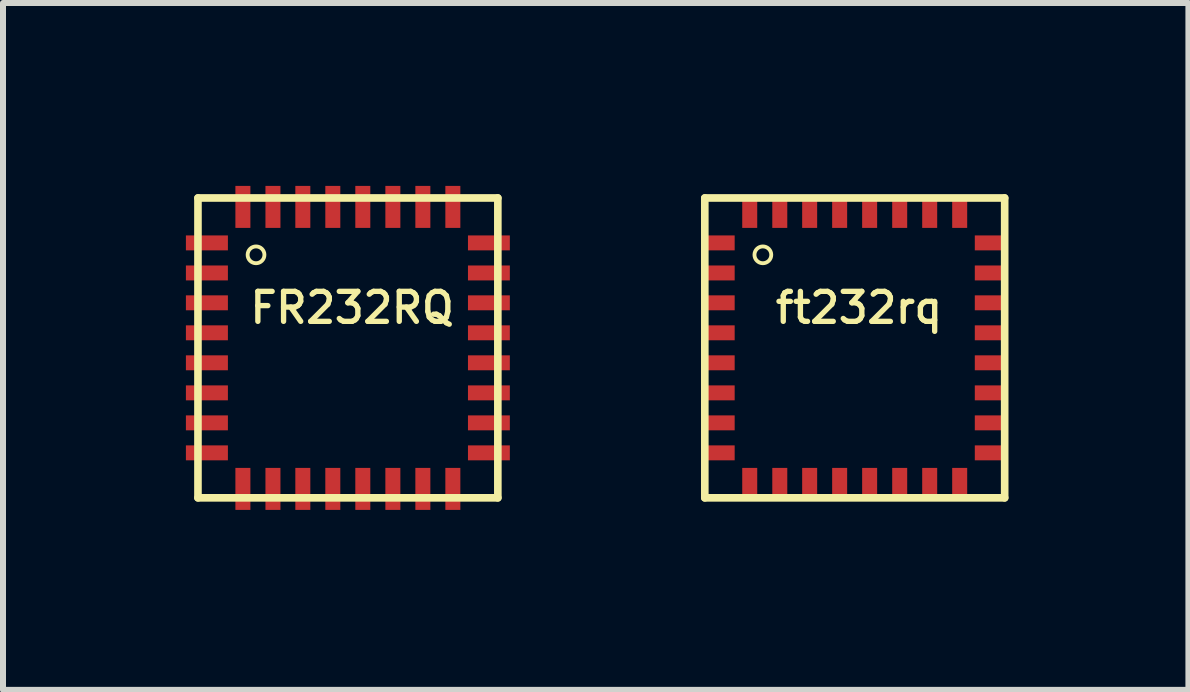
<source format=kicad_pcb>
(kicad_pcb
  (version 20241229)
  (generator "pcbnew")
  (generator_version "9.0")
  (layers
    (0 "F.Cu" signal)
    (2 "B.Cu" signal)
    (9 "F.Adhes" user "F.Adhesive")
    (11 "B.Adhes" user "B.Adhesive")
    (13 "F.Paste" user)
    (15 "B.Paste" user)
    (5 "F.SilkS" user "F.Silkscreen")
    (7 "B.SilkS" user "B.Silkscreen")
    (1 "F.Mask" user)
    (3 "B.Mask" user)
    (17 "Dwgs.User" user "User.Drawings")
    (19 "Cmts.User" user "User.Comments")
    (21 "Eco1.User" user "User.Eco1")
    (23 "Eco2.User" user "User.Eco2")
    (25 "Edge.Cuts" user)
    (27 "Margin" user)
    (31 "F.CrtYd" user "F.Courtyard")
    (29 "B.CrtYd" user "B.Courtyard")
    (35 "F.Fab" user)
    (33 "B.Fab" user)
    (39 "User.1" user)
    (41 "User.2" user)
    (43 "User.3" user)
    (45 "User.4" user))
  (footprint "FR232RQ"
    (layer "F.Cu")
    (at 0.25 0.25)
    (property "Reference" "FR232RQ" (at 2.57 1.83 0) (layer "F.SilkS") (effects (font (size 0.5 0.5) (thickness 0.089))))
    (attr smd)
    (fp_line (start 0 0) (end 4.999 0) (stroke (width 0.127) (type solid)) (layer "F.SilkS"))
    (fp_line (start 0 4.999) (end 0 0) (stroke (width 0.127) (type solid)) (layer "F.SilkS"))
    (fp_line (start 4.999 0) (end 4.999 4.999) (stroke (width 0.127) (type solid)) (layer "F.SilkS"))
    (fp_line (start 4.999 4.999) (end 0 4.999) (stroke (width 0.127) (type solid)) (layer "F.SilkS"))
    (fp_circle (center 0.968 0.948) (end 1.067 1.047) (stroke (width 0.064) (type solid)) (fill no) (layer "F.SilkS"))
    (pad "1" smd rect (at 0.149 0.749) (size 0.7 0.249) (layers "F.Cu" "F.Mask" "F.Paste"))
    (pad "2" smd rect (at 0.149 1.25) (size 0.7 0.249) (layers "F.Cu" "F.Mask" "F.Paste"))
    (pad "3" smd rect (at 0.149 1.748) (size 0.7 0.249) (layers "F.Cu" "F.Mask" "F.Paste"))
    (pad "4" smd rect (at 0.149 2.248) (size 0.7 0.249) (layers "F.Cu" "F.Mask" "F.Paste"))
    (pad "5" smd rect (at 0.149 2.748) (size 0.7 0.249) (layers "F.Cu" "F.Mask" "F.Paste"))
    (pad "6" smd rect (at 0.149 3.249) (size 0.7 0.249) (layers "F.Cu" "F.Mask" "F.Paste"))
    (pad "7" smd rect (at 0.149 3.749) (size 0.7 0.249) (layers "F.Cu" "F.Mask" "F.Paste"))
    (pad "8" smd rect (at 0.149 4.249) (size 0.7 0.249) (layers "F.Cu" "F.Mask" "F.Paste"))
    (pad "9" smd rect (at 0.749 4.85) (size 0.25 0.7) (layers "F.Cu" "F.Mask" "F.Paste"))
    (pad "10" smd rect (at 1.25 4.85) (size 0.25 0.7) (layers "F.Cu" "F.Mask" "F.Paste"))
    (pad "11" smd rect (at 1.748 4.85) (size 0.25 0.7) (layers "F.Cu" "F.Mask" "F.Paste"))
    (pad "12" smd rect (at 2.248 4.85) (size 0.25 0.7) (layers "F.Cu" "F.Mask" "F.Paste"))
    (pad "13" smd rect (at 2.748 4.85) (size 0.25 0.7) (layers "F.Cu" "F.Mask" "F.Paste"))
    (pad "14" smd rect (at 3.249 4.85) (size 0.25 0.7) (layers "F.Cu" "F.Mask" "F.Paste"))
    (pad "15" smd rect (at 3.749 4.85) (size 0.25 0.7) (layers "F.Cu" "F.Mask" "F.Paste"))
    (pad "16" smd rect (at 4.249 4.85) (size 0.25 0.7) (layers "F.Cu" "F.Mask" "F.Paste"))
    (pad "17" smd rect (at 4.85 4.249) (size 0.698 0.249) (layers "F.Cu" "F.Mask" "F.Paste"))
    (pad "18" smd rect (at 4.85 3.749) (size 0.698 0.249) (layers "F.Cu" "F.Mask" "F.Paste"))
    (pad "19" smd rect (at 4.85 3.249) (size 0.698 0.249) (layers "F.Cu" "F.Mask" "F.Paste"))
    (pad "20" smd rect (at 4.85 2.748) (size 0.698 0.249) (layers "F.Cu" "F.Mask" "F.Paste"))
    (pad "21" smd rect (at 4.85 2.248) (size 0.698 0.249) (layers "F.Cu" "F.Mask" "F.Paste"))
    (pad "22" smd rect (at 4.85 1.748) (size 0.698 0.249) (layers "F.Cu" "F.Mask" "F.Paste"))
    (pad "23" smd rect (at 4.85 1.25) (size 0.698 0.249) (layers "F.Cu" "F.Mask" "F.Paste"))
    (pad "24" smd rect (at 4.85 0.749) (size 0.698 0.249) (layers "F.Cu" "F.Mask" "F.Paste"))
    (pad "25" smd rect (at 4.249 0.149) (size 0.25 0.7) (layers "F.Cu" "F.Mask" "F.Paste"))
    (pad "26" smd rect (at 3.749 0.149) (size 0.25 0.7) (layers "F.Cu" "F.Mask" "F.Paste"))
    (pad "27" smd rect (at 3.249 0.149) (size 0.25 0.7) (layers "F.Cu" "F.Mask" "F.Paste"))
    (pad "28" smd rect (at 2.748 0.149) (size 0.25 0.7) (layers "F.Cu" "F.Mask" "F.Paste"))
    (pad "29" smd rect (at 2.248 0.149) (size 0.25 0.7) (layers "F.Cu" "F.Mask" "F.Paste"))
    (pad "30" smd rect (at 1.748 0.149) (size 0.25 0.7) (layers "F.Cu" "F.Mask" "F.Paste"))
    (pad "31" smd rect (at 1.25 0.149) (size 0.25 0.7) (layers "F.Cu" "F.Mask" "F.Paste"))
    (pad "32" smd rect (at 0.749 0.149) (size 0.25 0.7) (layers "F.Cu" "F.Mask" "F.Paste")))
  (footprint "ft232rq"
    (layer "F.Cu")
    (at 8.699 0.25)
    (property "Reference" "ft232rq" (at 2.57 1.83 0) (layer "F.SilkS") (effects (font (size 0.5 0.5) (thickness 0.089))))
    (attr smd)
    (fp_line (start 0 0) (end 4.999 0) (stroke (width 0.127) (type solid)) (layer "F.SilkS"))
    (fp_line (start 0 4.999) (end 0 0) (stroke (width 0.127) (type solid)) (layer "F.SilkS"))
    (fp_line (start 4.999 0) (end 4.999 4.999) (stroke (width 0.127) (type solid)) (layer "F.SilkS"))
    (fp_line (start 4.999 4.999) (end 0 4.999) (stroke (width 0.127) (type solid)) (layer "F.SilkS"))
    (fp_circle (center 0.968 0.948) (end 1.067 1.047) (stroke (width 0.064) (type solid)) (fill no) (layer "F.SilkS"))
    (pad "1" smd rect (at 0.249 0.749) (size 0.498 0.249) (layers "F.Cu" "F.Mask" "F.Paste"))
    (pad "2" smd rect (at 0.249 1.25) (size 0.498 0.249) (layers "F.Cu" "F.Mask" "F.Paste"))
    (pad "3" smd rect (at 0.249 1.748) (size 0.498 0.249) (layers "F.Cu" "F.Mask" "F.Paste"))
    (pad "4" smd rect (at 0.249 2.248) (size 0.498 0.249) (layers "F.Cu" "F.Mask" "F.Paste"))
    (pad "5" smd rect (at 0.249 2.748) (size 0.498 0.249) (layers "F.Cu" "F.Mask" "F.Paste"))
    (pad "6" smd rect (at 0.249 3.249) (size 0.498 0.249) (layers "F.Cu" "F.Mask" "F.Paste"))
    (pad "7" smd rect (at 0.249 3.749) (size 0.498 0.249) (layers "F.Cu" "F.Mask" "F.Paste"))
    (pad "8" smd rect (at 0.249 4.249) (size 0.498 0.249) (layers "F.Cu" "F.Mask" "F.Paste"))
    (pad "9" smd rect (at 0.749 4.75) (size 0.25 0.5) (layers "F.Cu" "F.Mask" "F.Paste"))
    (pad "10" smd rect (at 1.25 4.75) (size 0.25 0.5) (layers "F.Cu" "F.Mask" "F.Paste"))
    (pad "11" smd rect (at 1.748 4.75) (size 0.25 0.5) (layers "F.Cu" "F.Mask" "F.Paste"))
    (pad "12" smd rect (at 2.248 4.75) (size 0.25 0.5) (layers "F.Cu" "F.Mask" "F.Paste"))
    (pad "13" smd rect (at 2.748 4.75) (size 0.25 0.5) (layers "F.Cu" "F.Mask" "F.Paste"))
    (pad "14" smd rect (at 3.249 4.75) (size 0.25 0.5) (layers "F.Cu" "F.Mask" "F.Paste"))
    (pad "15" smd rect (at 3.749 4.75) (size 0.25 0.5) (layers "F.Cu" "F.Mask" "F.Paste"))
    (pad "16" smd rect (at 4.249 4.75) (size 0.25 0.5) (layers "F.Cu" "F.Mask" "F.Paste"))
    (pad "17" smd rect (at 4.75 4.249) (size 0.498 0.249) (layers "F.Cu" "F.Mask" "F.Paste"))
    (pad "18" smd rect (at 4.75 3.749) (size 0.498 0.249) (layers "F.Cu" "F.Mask" "F.Paste"))
    (pad "19" smd rect (at 4.75 3.249) (size 0.498 0.249) (layers "F.Cu" "F.Mask" "F.Paste"))
    (pad "20" smd rect (at 4.75 2.748) (size 0.498 0.249) (layers "F.Cu" "F.Mask" "F.Paste"))
    (pad "21" smd rect (at 4.75 2.248) (size 0.498 0.249) (layers "F.Cu" "F.Mask" "F.Paste"))
    (pad "22" smd rect (at 4.75 1.748) (size 0.498 0.249) (layers "F.Cu" "F.Mask" "F.Paste"))
    (pad "23" smd rect (at 4.75 1.25) (size 0.498 0.249) (layers "F.Cu" "F.Mask" "F.Paste"))
    (pad "24" smd rect (at 4.75 0.749) (size 0.498 0.249) (layers "F.Cu" "F.Mask" "F.Paste"))
    (pad "25" smd rect (at 4.249 0.249) (size 0.25 0.5) (layers "F.Cu" "F.Mask" "F.Paste"))
    (pad "26" smd rect (at 3.749 0.249) (size 0.25 0.5) (layers "F.Cu" "F.Mask" "F.Paste"))
    (pad "27" smd rect (at 3.249 0.249) (size 0.25 0.5) (layers "F.Cu" "F.Mask" "F.Paste"))
    (pad "28" smd rect (at 2.748 0.249) (size 0.25 0.5) (layers "F.Cu" "F.Mask" "F.Paste"))
    (pad "29" smd rect (at 2.248 0.249) (size 0.25 0.5) (layers "F.Cu" "F.Mask" "F.Paste"))
    (pad "30" smd rect (at 1.748 0.249) (size 0.25 0.5) (layers "F.Cu" "F.Mask" "F.Paste"))
    (pad "31" smd rect (at 1.25 0.249) (size 0.25 0.5) (layers "F.Cu" "F.Mask" "F.Paste"))
    (pad "32" smd rect (at 0.749 0.249) (size 0.25 0.5) (layers "F.Cu" "F.Mask" "F.Paste")))
  (gr_rect
    (start -3 -3)
    (end 16.761 8.45)
    (stroke (width 0.1) (type default))
    (fill no)
    (layer "Edge.Cuts")))
</source>
